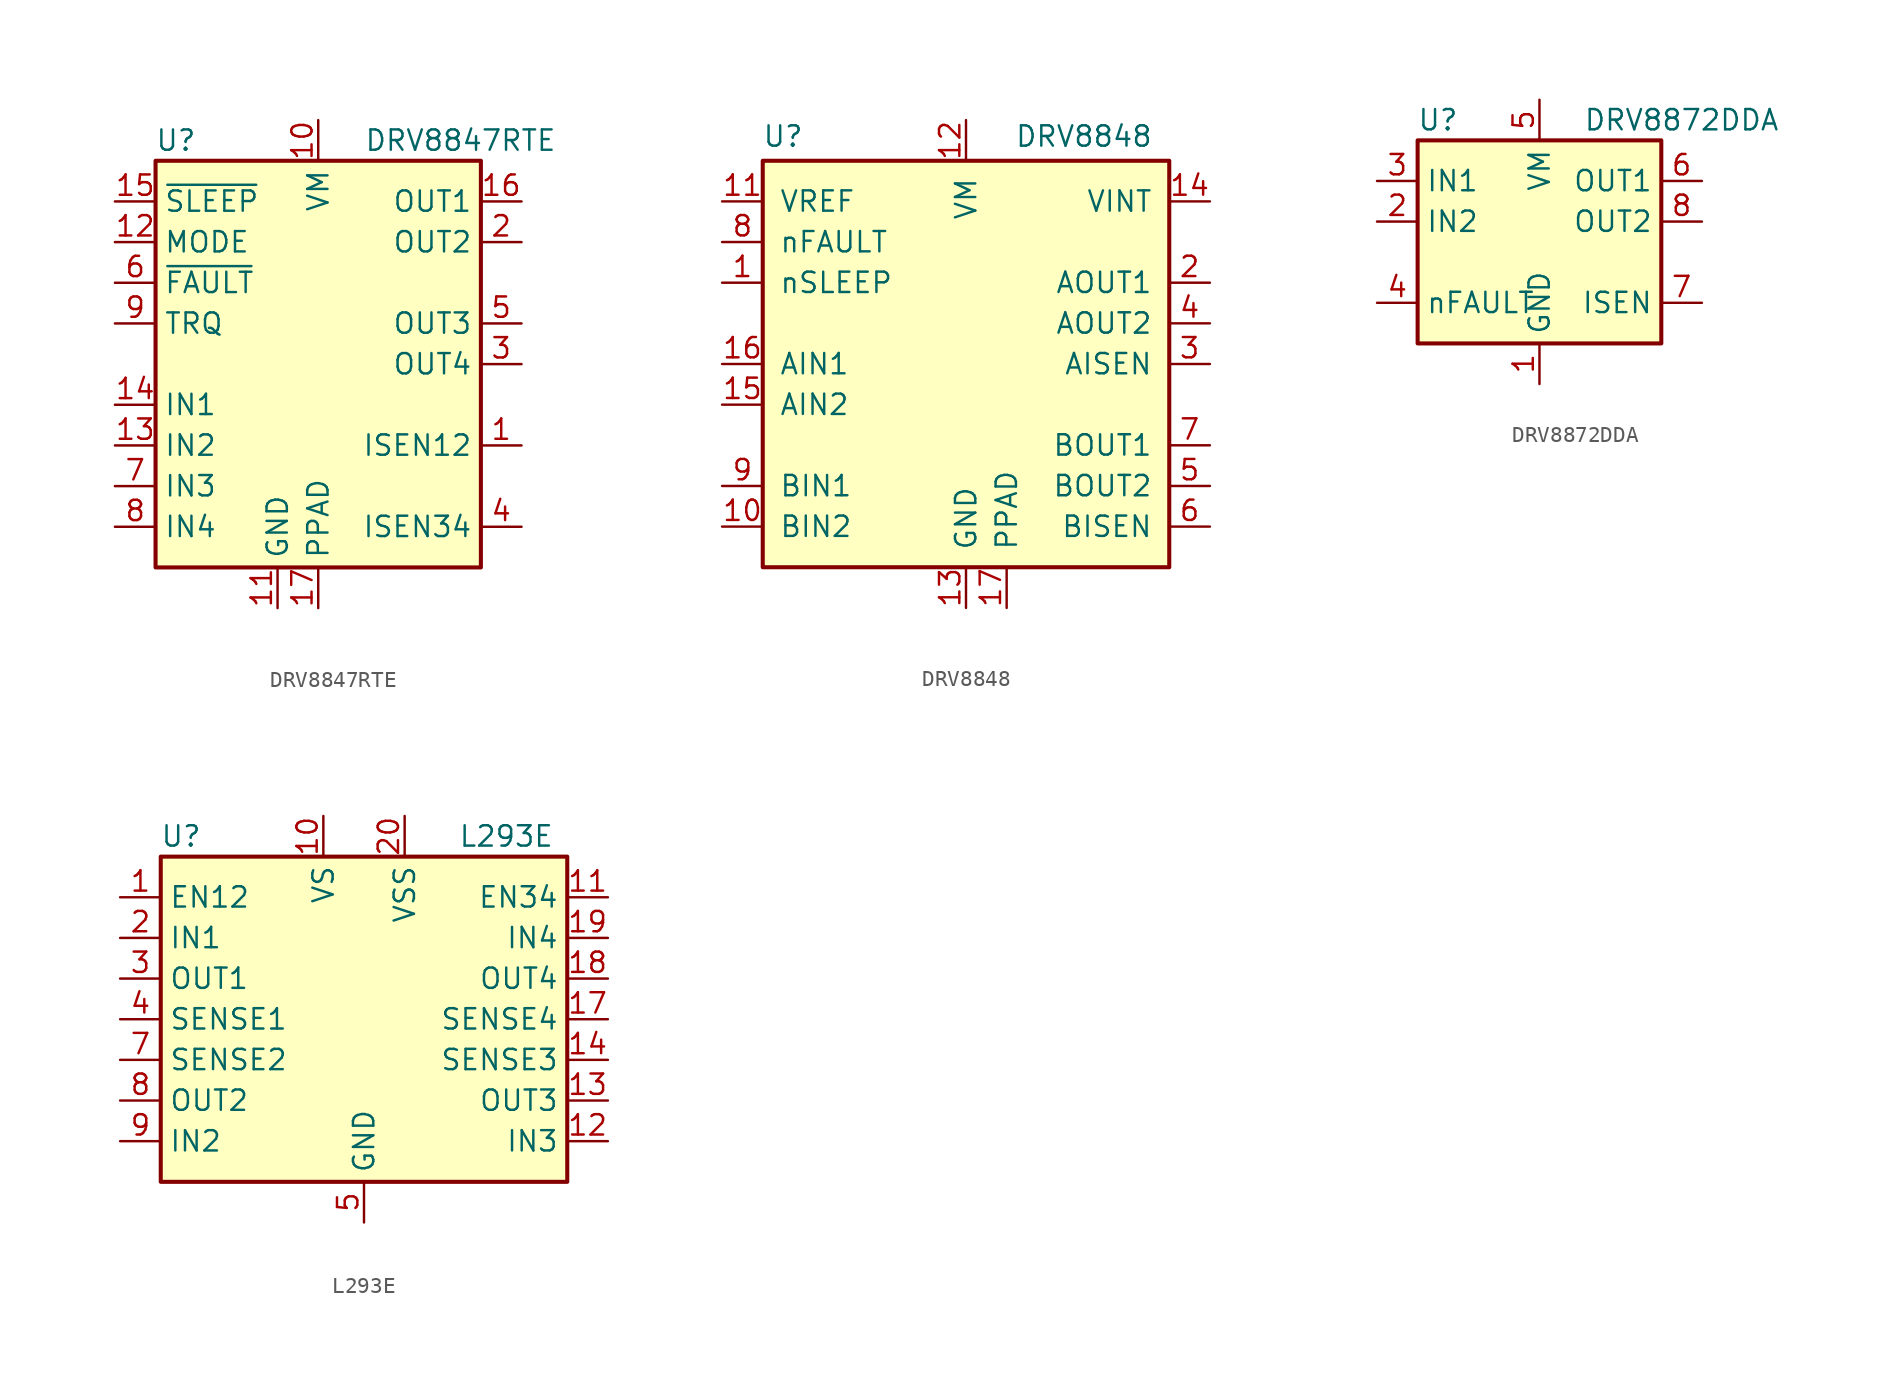
<source format=kicad_sym>
(kicad_symbol_lib
  (version 20220914)
  (generator kicad_symbol_editor)
  (symbol "DRV8847RTE"
    (property "Reference" "U"
      (at -8.89 13.97 0)
      (effects (font (size 1.27 1.27))))
    (property "Value" "DRV8847RTE"
      (at 8.89 13.97 0)
      (effects (font (size 1.27 1.27))))
    (symbol "DRV8847RTE_0_1"
      (rectangle (start -10.16 -12.7) (end 10.16 12.7) (stroke (width 0.254) (type default)) (fill (type background))))
    (symbol "DRV8847RTE_1_1"
      (pin passive line (at 12.7 -5.08 180) (length 2.54) (name "ISEN12" (effects (font (size 1.27 1.27)))) (number "1" (effects (font (size 1.27 1.27)))))
      (pin power_in line (at 0 15.24 270) (length 2.54) (name "VM" (effects (font (size 1.27 1.27)))) (number "10" (effects (font (size 1.27 1.27)))))
      (pin power_in line (at -2.54 -15.24 90) (length 2.54) (name "GND" (effects (font (size 1.27 1.27)))) (number "11" (effects (font (size 1.27 1.27)))))
      (pin input line (at -12.7 7.62 0) (length 2.54) (name "MODE" (effects (font (size 1.27 1.27)))) (number "12" (effects (font (size 1.27 1.27)))))
      (pin input line (at -12.7 -5.08 0) (length 2.54) (name "IN2" (effects (font (size 1.27 1.27)))) (number "13" (effects (font (size 1.27 1.27)))))
      (pin input line (at -12.7 -2.54 0) (length 2.54) (name "IN1" (effects (font (size 1.27 1.27)))) (number "14" (effects (font (size 1.27 1.27)))))
      (pin input line (at -12.7 10.16 0) (length 2.54) (name "~{SLEEP}" (effects (font (size 1.27 1.27)))) (number "15" (effects (font (size 1.27 1.27)))))
      (pin output line (at 12.7 10.16 180) (length 2.54) (name "OUT1" (effects (font (size 1.27 1.27)))) (number "16" (effects (font (size 1.27 1.27)))))
      (pin power_in line (at 0 -15.24 90) (length 2.54) (name "PPAD" (effects (font (size 1.27 1.27)))) (number "17" (effects (font (size 1.27 1.27)))))
      (pin output line (at 12.7 7.62 180) (length 2.54) (name "OUT2" (effects (font (size 1.27 1.27)))) (number "2" (effects (font (size 1.27 1.27)))))
      (pin output line (at 12.7 0 180) (length 2.54) (name "OUT4" (effects (font (size 1.27 1.27)))) (number "3" (effects (font (size 1.27 1.27)))))
      (pin passive line (at 12.7 -10.16 180) (length 2.54) (name "ISEN34" (effects (font (size 1.27 1.27)))) (number "4" (effects (font (size 1.27 1.27)))))
      (pin output line (at 12.7 2.54 180) (length 2.54) (name "OUT3" (effects (font (size 1.27 1.27)))) (number "5" (effects (font (size 1.27 1.27)))))
      (pin open_collector line (at -12.7 5.08 0) (length 2.54) (name "~{FAULT}" (effects (font (size 1.27 1.27)))) (number "6" (effects (font (size 1.27 1.27)))))
      (pin input line (at -12.7 -7.62 0) (length 2.54) (name "IN3" (effects (font (size 1.27 1.27)))) (number "7" (effects (font (size 1.27 1.27)))))
      (pin input line (at -12.7 -10.16 0) (length 2.54) (name "IN4" (effects (font (size 1.27 1.27)))) (number "8" (effects (font (size 1.27 1.27)))))
      (pin input line (at -12.7 2.54 0) (length 2.54) (name "TRQ" (effects (font (size 1.27 1.27)))) (number "9" (effects (font (size 1.27 1.27)))))))
  (symbol "DRV8848"
    (pin_names
      (offset 1.016))
    (property "Reference" "U"
      (at -11.43 14.224 0)
      (effects (font (size 1.27 1.27))))
    (property "Value" "DRV8848"
      (at 7.366 14.224 0)
      (effects (font (size 1.27 1.27))))
    (symbol "DRV8848_0_1"
      (rectangle (start -12.7 12.7) (end 12.7 -12.7) (stroke (width 0.254) (type default)) (fill (type background))))
    (symbol "DRV8848_1_1"
      (pin input line (at -15.24 5.08 0) (length 2.54) (name "nSLEEP" (effects (font (size 1.27 1.27)))) (number "1" (effects (font (size 1.27 1.27)))))
      (pin input line (at -15.24 -10.16 0) (length 2.54) (name "BIN2" (effects (font (size 1.27 1.27)))) (number "10" (effects (font (size 1.27 1.27)))))
      (pin input line (at -15.24 10.16 0) (length 2.54) (name "VREF" (effects (font (size 1.27 1.27)))) (number "11" (effects (font (size 1.27 1.27)))))
      (pin power_in line (at 0 15.24 270) (length 2.54) (name "VM" (effects (font (size 1.27 1.27)))) (number "12" (effects (font (size 1.27 1.27)))))
      (pin power_in line (at 0 -15.24 90) (length 2.54) (name "GND" (effects (font (size 1.27 1.27)))) (number "13" (effects (font (size 1.27 1.27)))))
      (pin passive line (at 15.24 10.16 180) (length 2.54) (name "VINT" (effects (font (size 1.27 1.27)))) (number "14" (effects (font (size 1.27 1.27)))))
      (pin input line (at -15.24 -2.54 0) (length 2.54) (name "AIN2" (effects (font (size 1.27 1.27)))) (number "15" (effects (font (size 1.27 1.27)))))
      (pin input line (at -15.24 0 0) (length 2.54) (name "AIN1" (effects (font (size 1.27 1.27)))) (number "16" (effects (font (size 1.27 1.27)))))
      (pin power_in line (at 2.54 -15.24 90) (length 2.54) (name "PPAD" (effects (font (size 1.27 1.27)))) (number "17" (effects (font (size 1.27 1.27)))))
      (pin output line (at 15.24 5.08 180) (length 2.54) (name "AOUT1" (effects (font (size 1.27 1.27)))) (number "2" (effects (font (size 1.27 1.27)))))
      (pin passive line (at 15.24 0 180) (length 2.54) (name "AISEN" (effects (font (size 1.27 1.27)))) (number "3" (effects (font (size 1.27 1.27)))))
      (pin output line (at 15.24 2.54 180) (length 2.54) (name "AOUT2" (effects (font (size 1.27 1.27)))) (number "4" (effects (font (size 1.27 1.27)))))
      (pin output line (at 15.24 -7.62 180) (length 2.54) (name "BOUT2" (effects (font (size 1.27 1.27)))) (number "5" (effects (font (size 1.27 1.27)))))
      (pin passive line (at 15.24 -10.16 180) (length 2.54) (name "BISEN" (effects (font (size 1.27 1.27)))) (number "6" (effects (font (size 1.27 1.27)))))
      (pin output line (at 15.24 -5.08 180) (length 2.54) (name "BOUT1" (effects (font (size 1.27 1.27)))) (number "7" (effects (font (size 1.27 1.27)))))
      (pin open_collector line (at -15.24 7.62 0) (length 2.54) (name "nFAULT" (effects (font (size 1.27 1.27)))) (number "8" (effects (font (size 1.27 1.27)))))
      (pin input line (at -15.24 -7.62 0) (length 2.54) (name "BIN1" (effects (font (size 1.27 1.27)))) (number "9" (effects (font (size 1.27 1.27)))))))
  (symbol "DRV8872DDA"
    (property "Reference" "U"
      (at -6.35 6.35 0)
      (effects (font (size 1.27 1.27))))
    (property "Value" "DRV8872DDA"
      (at 8.89 6.35 0)
      (effects (font (size 1.27 1.27))))
    (symbol "DRV8872DDA_0_1"
      (rectangle (start -7.62 5.08) (end 7.62 -7.62) (stroke (width 0.254) (type default)) (fill (type background))))
    (symbol "DRV8872DDA_1_1"
      (pin power_in line (at 0 -10.16 90) (length 2.54) (name "GND" (effects (font (size 1.27 1.27)))) (number "1" (effects (font (size 1.27 1.27)))))
      (pin input line (at -10.16 0 0) (length 2.54) (name "IN2" (effects (font (size 1.27 1.27)))) (number "2" (effects (font (size 1.27 1.27)))))
      (pin input line (at -10.16 2.54 0) (length 2.54) (name "IN1" (effects (font (size 1.27 1.27)))) (number "3" (effects (font (size 1.27 1.27)))))
      (pin open_collector line (at -10.16 -5.08 0) (length 2.54) (name "nFAULT" (effects (font (size 1.27 1.27)))) (number "4" (effects (font (size 1.27 1.27)))))
      (pin power_in line (at 0 7.62 270) (length 2.54) (name "VM" (effects (font (size 1.27 1.27)))) (number "5" (effects (font (size 1.27 1.27)))))
      (pin output line (at 10.16 2.54 180) (length 2.54) (name "OUT1" (effects (font (size 1.27 1.27)))) (number "6" (effects (font (size 1.27 1.27)))))
      (pin passive line (at 10.16 -5.08 180) (length 2.54) (name "ISEN" (effects (font (size 1.27 1.27)))) (number "7" (effects (font (size 1.27 1.27)))))
      (pin output line (at 10.16 0 180) (length 2.54) (name "OUT2" (effects (font (size 1.27 1.27)))) (number "8" (effects (font (size 1.27 1.27)))))
      (pin passive line (at 0 -10.16 90) (length 2.54) hide (name "GND" (effects (font (size 1.27 1.27)))) (number "9" (effects (font (size 1.27 1.27)))))))
  (symbol "L293E"
    (property "Reference" "U"
      (at -11.43 11.43 0)
      (effects (font (size 1.27 1.27))))
    (property "Value" "L293E"
      (at 8.89 11.43 0)
      (effects (font (size 1.27 1.27))))
    (symbol "L293E_0_1"
      (rectangle (start -12.7 10.16) (end 12.7 -10.16) (stroke (width 0.254) (type default)) (fill (type background))))
    (symbol "L293E_1_1"
      (pin input line (at -15.24 7.62 0) (length 2.54) (name "EN12" (effects (font (size 1.27 1.27)))) (number "1" (effects (font (size 1.27 1.27)))))
      (pin power_in line (at -2.54 12.7 270) (length 2.54) (name "VS" (effects (font (size 1.27 1.27)))) (number "10" (effects (font (size 1.27 1.27)))))
      (pin input line (at 15.24 7.62 180) (length 2.54) (name "EN34" (effects (font (size 1.27 1.27)))) (number "11" (effects (font (size 1.27 1.27)))))
      (pin input line (at 15.24 -7.62 180) (length 2.54) (name "IN3" (effects (font (size 1.27 1.27)))) (number "12" (effects (font (size 1.27 1.27)))))
      (pin output line (at 15.24 -5.08 180) (length 2.54) (name "OUT3" (effects (font (size 1.27 1.27)))) (number "13" (effects (font (size 1.27 1.27)))))
      (pin passive line (at 15.24 -2.54 180) (length 2.54) (name "SENSE3" (effects (font (size 1.27 1.27)))) (number "14" (effects (font (size 1.27 1.27)))))
      (pin passive line (at 0 -12.7 90) (length 2.54) hide (name "GND" (effects (font (size 1.27 1.27)))) (number "15" (effects (font (size 1.27 1.27)))))
      (pin passive line (at 0 -12.7 90) (length 2.54) hide (name "GND" (effects (font (size 1.27 1.27)))) (number "16" (effects (font (size 1.27 1.27)))))
      (pin passive line (at 15.24 0 180) (length 2.54) (name "SENSE4" (effects (font (size 1.27 1.27)))) (number "17" (effects (font (size 1.27 1.27)))))
      (pin output line (at 15.24 2.54 180) (length 2.54) (name "OUT4" (effects (font (size 1.27 1.27)))) (number "18" (effects (font (size 1.27 1.27)))))
      (pin input line (at 15.24 5.08 180) (length 2.54) (name "IN4" (effects (font (size 1.27 1.27)))) (number "19" (effects (font (size 1.27 1.27)))))
      (pin input line (at -15.24 5.08 0) (length 2.54) (name "IN1" (effects (font (size 1.27 1.27)))) (number "2" (effects (font (size 1.27 1.27)))))
      (pin power_in line (at 2.54 12.7 270) (length 2.54) (name "VSS" (effects (font (size 1.27 1.27)))) (number "20" (effects (font (size 1.27 1.27)))))
      (pin output line (at -15.24 2.54 0) (length 2.54) (name "OUT1" (effects (font (size 1.27 1.27)))) (number "3" (effects (font (size 1.27 1.27)))))
      (pin passive line (at -15.24 0 0) (length 2.54) (name "SENSE1" (effects (font (size 1.27 1.27)))) (number "4" (effects (font (size 1.27 1.27)))))
      (pin power_in line (at 0 -12.7 90) (length 2.54) (name "GND" (effects (font (size 1.27 1.27)))) (number "5" (effects (font (size 1.27 1.27)))))
      (pin passive line (at 0 -12.7 90) (length 2.54) hide (name "GND" (effects (font (size 1.27 1.27)))) (number "6" (effects (font (size 1.27 1.27)))))
      (pin passive line (at -15.24 -2.54 0) (length 2.54) (name "SENSE2" (effects (font (size 1.27 1.27)))) (number "7" (effects (font (size 1.27 1.27)))))
      (pin output line (at -15.24 -5.08 0) (length 2.54) (name "OUT2" (effects (font (size 1.27 1.27)))) (number "8" (effects (font (size 1.27 1.27)))))
      (pin input line (at -15.24 -7.62 0) (length 2.54) (name "IN2" (effects (font (size 1.27 1.27)))) (number "9" (effects (font (size 1.27 1.27))))))))
</source>
